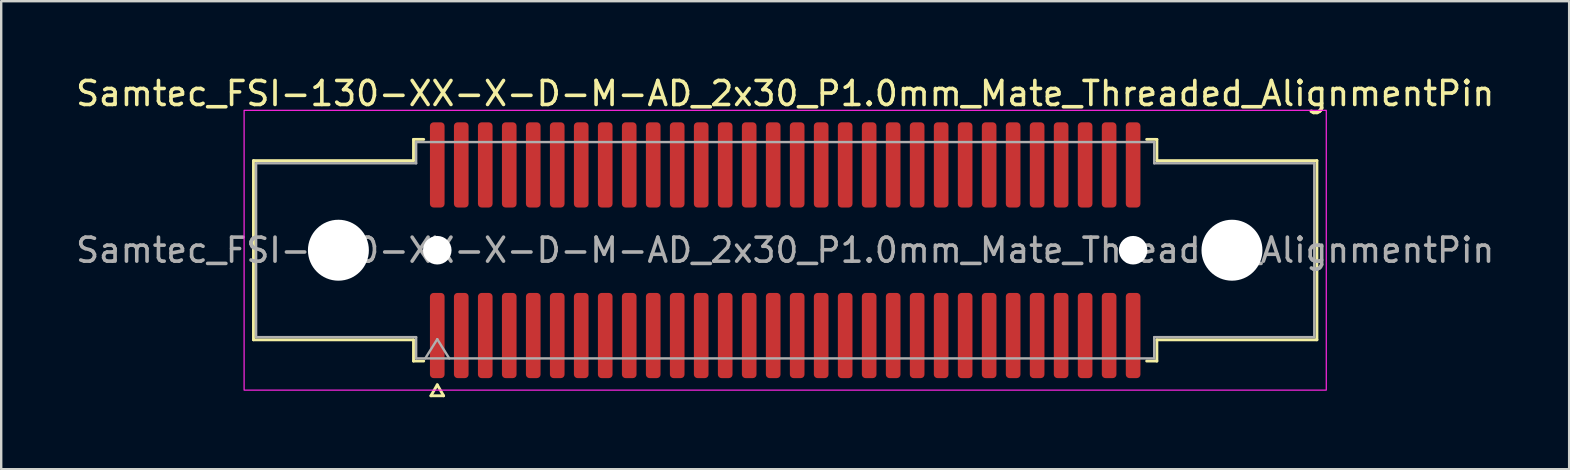
<source format=kicad_pcb>
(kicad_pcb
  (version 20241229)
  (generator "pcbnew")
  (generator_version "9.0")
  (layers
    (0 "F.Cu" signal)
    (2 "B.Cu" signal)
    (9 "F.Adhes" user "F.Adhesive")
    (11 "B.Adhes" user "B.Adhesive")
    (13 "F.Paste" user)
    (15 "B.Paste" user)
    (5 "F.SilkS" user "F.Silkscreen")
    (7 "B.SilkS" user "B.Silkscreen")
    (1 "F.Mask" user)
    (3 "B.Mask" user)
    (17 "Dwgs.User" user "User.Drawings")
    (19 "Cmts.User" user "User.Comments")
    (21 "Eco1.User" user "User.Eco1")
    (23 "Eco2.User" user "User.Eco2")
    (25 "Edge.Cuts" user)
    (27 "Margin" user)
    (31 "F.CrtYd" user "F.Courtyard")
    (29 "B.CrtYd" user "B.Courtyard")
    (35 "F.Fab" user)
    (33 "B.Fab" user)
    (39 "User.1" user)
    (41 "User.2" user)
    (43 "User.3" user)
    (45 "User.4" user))
  (footprint "Samtec_FSI-130-XX-X-D-M-AD_2x30_P1.0mm_Mate_Threaded_AlignmentPin"
    (layer "F.Cu")
    (at 29.673 7.378)
    (property "Reference" "Samtec_FSI-130-XX-X-D-M-AD_2x30_P1.0mm_Mate_Threaded_AlignmentPin" (at 0 -6.53 0) (layer "F.SilkS") (effects (font (size 1 1) (thickness 0.15))))
    (attr exclude_from_pos_files exclude_from_bom)
    (fp_line (start -22.16 -3.733) (end -15.49 -3.733) (stroke (width 0.12) (type solid)) (layer "F.SilkS"))
    (fp_line (start -22.16 3.733) (end -22.16 -3.733) (stroke (width 0.12) (type solid)) (layer "F.SilkS"))
    (fp_line (start -15.49 -4.619) (end -15.065 -4.619) (stroke (width 0.12) (type solid)) (layer "F.SilkS"))
    (fp_line (start -15.49 -3.733) (end -15.49 -4.619) (stroke (width 0.12) (type solid)) (layer "F.SilkS"))
    (fp_line (start -15.49 3.733) (end -22.16 3.733) (stroke (width 0.12) (type solid)) (layer "F.SilkS"))
    (fp_line (start -15.49 4.619) (end -15.49 3.733) (stroke (width 0.12) (type solid)) (layer "F.SilkS"))
    (fp_line (start -15.065 4.619) (end -15.49 4.619) (stroke (width 0.12) (type solid)) (layer "F.SilkS"))
    (fp_line (start -14.764 6.066) (end -14.5 5.609) (stroke (width 0.12) (type solid)) (layer "F.SilkS"))
    (fp_line (start -14.5 5.609) (end -14.236 6.066) (stroke (width 0.12) (type solid)) (layer "F.SilkS"))
    (fp_line (start -14.236 6.066) (end -14.764 6.066) (stroke (width 0.12) (type solid)) (layer "F.SilkS"))
    (fp_line (start 15.065 -4.619) (end 15.49 -4.619) (stroke (width 0.12) (type solid)) (layer "F.SilkS"))
    (fp_line (start 15.49 -4.619) (end 15.49 -3.733) (stroke (width 0.12) (type solid)) (layer "F.SilkS"))
    (fp_line (start 15.49 -3.733) (end 22.16 -3.733) (stroke (width 0.12) (type solid)) (layer "F.SilkS"))
    (fp_line (start 15.49 3.733) (end 15.49 4.619) (stroke (width 0.12) (type solid)) (layer "F.SilkS"))
    (fp_line (start 15.49 4.619) (end 15.065 4.619) (stroke (width 0.12) (type solid)) (layer "F.SilkS"))
    (fp_line (start 22.16 -3.733) (end 22.16 3.733) (stroke (width 0.12) (type solid)) (layer "F.SilkS"))
    (fp_line (start 22.16 3.733) (end 15.49 3.733) (stroke (width 0.12) (type solid)) (layer "F.SilkS"))
    (fp_rect (start -22.55 -5.83) (end 22.55 5.83) (stroke (width 0.05) (type solid)) (fill no) (layer "F.CrtYd"))
    (fp_line (start -22.05 -3.623) (end -15.38 -3.623) (stroke (width 0.1) (type solid)) (layer "F.Fab"))
    (fp_line (start -22.05 3.623) (end -22.05 -3.623) (stroke (width 0.1) (type solid)) (layer "F.Fab"))
    (fp_line (start -15.38 -4.508) (end 15.38 -4.508) (stroke (width 0.1) (type solid)) (layer "F.Fab"))
    (fp_line (start -15.38 -3.623) (end -15.38 -4.508) (stroke (width 0.1) (type solid)) (layer "F.Fab"))
    (fp_line (start -15.38 3.623) (end -22.05 3.623) (stroke (width 0.1) (type solid)) (layer "F.Fab"))
    (fp_line (start -15.38 4.508) (end -15.38 3.623) (stroke (width 0.1) (type solid)) (layer "F.Fab"))
    (fp_line (start -15 4.508) (end -14.5 3.708) (stroke (width 0.1) (type solid)) (layer "F.Fab"))
    (fp_line (start -14.5 3.708) (end -14 4.508) (stroke (width 0.1) (type solid)) (layer "F.Fab"))
    (fp_line (start 15.38 -4.508) (end 15.38 -3.623) (stroke (width 0.1) (type solid)) (layer "F.Fab"))
    (fp_line (start 15.38 -3.623) (end 22.05 -3.623) (stroke (width 0.1) (type solid)) (layer "F.Fab"))
    (fp_line (start 15.38 3.623) (end 15.38 4.508) (stroke (width 0.1) (type solid)) (layer "F.Fab"))
    (fp_line (start 15.38 4.508) (end -15.38 4.508) (stroke (width 0.1) (type solid)) (layer "F.Fab"))
    (fp_line (start 22.05 -3.623) (end 22.05 3.623) (stroke (width 0.1) (type solid)) (layer "F.Fab"))
    (fp_line (start 22.05 3.623) (end 15.38 3.623) (stroke (width 0.1) (type solid)) (layer "F.Fab"))
    (fp_text user "${REFERENCE}" (at 0 0 0) (layer "F.Fab") (effects (font (size 1 1) (thickness 0.15))))
    (pad "" np_thru_hole circle (at -18.62 0) (size 2.54 2.54) (drill 2.54) (layers "*.Cu" "*.Mask"))
    (pad "" np_thru_hole circle (at -14.5 0) (size 1.19 1.19) (drill 1.19) (layers "*.Cu" "*.Mask"))
    (pad "" np_thru_hole circle (at 14.5 0) (size 1.19 1.19) (drill 1.19) (layers "*.Cu" "*.Mask"))
    (pad "" np_thru_hole circle (at 18.62 0) (size 2.54 2.54) (drill 2.54) (layers "*.Cu" "*.Mask"))
    (pad "1" smd roundrect (at -14.5 3.555) (size 0.61 3.55) (layers "F.Cu" "F.Mask") (roundrect_rratio 0.25))
    (pad "2" smd roundrect (at -14.5 -3.555) (size 0.61 3.55) (layers "F.Cu" "F.Mask") (roundrect_rratio 0.25))
    (pad "3" smd roundrect (at -13.5 3.555) (size 0.61 3.55) (layers "F.Cu" "F.Mask") (roundrect_rratio 0.25))
    (pad "4" smd roundrect (at -13.5 -3.555) (size 0.61 3.55) (layers "F.Cu" "F.Mask") (roundrect_rratio 0.25))
    (pad "5" smd roundrect (at -12.5 3.555) (size 0.61 3.55) (layers "F.Cu" "F.Mask") (roundrect_rratio 0.25))
    (pad "6" smd roundrect (at -12.5 -3.555) (size 0.61 3.55) (layers "F.Cu" "F.Mask") (roundrect_rratio 0.25))
    (pad "7" smd roundrect (at -11.5 3.555) (size 0.61 3.55) (layers "F.Cu" "F.Mask") (roundrect_rratio 0.25))
    (pad "8" smd roundrect (at -11.5 -3.555) (size 0.61 3.55) (layers "F.Cu" "F.Mask") (roundrect_rratio 0.25))
    (pad "9" smd roundrect (at -10.5 3.555) (size 0.61 3.55) (layers "F.Cu" "F.Mask") (roundrect_rratio 0.25))
    (pad "10" smd roundrect (at -10.5 -3.555) (size 0.61 3.55) (layers "F.Cu" "F.Mask") (roundrect_rratio 0.25))
    (pad "11" smd roundrect (at -9.5 3.555) (size 0.61 3.55) (layers "F.Cu" "F.Mask") (roundrect_rratio 0.25))
    (pad "12" smd roundrect (at -9.5 -3.555) (size 0.61 3.55) (layers "F.Cu" "F.Mask") (roundrect_rratio 0.25))
    (pad "13" smd roundrect (at -8.5 3.555) (size 0.61 3.55) (layers "F.Cu" "F.Mask") (roundrect_rratio 0.25))
    (pad "14" smd roundrect (at -8.5 -3.555) (size 0.61 3.55) (layers "F.Cu" "F.Mask") (roundrect_rratio 0.25))
    (pad "15" smd roundrect (at -7.5 3.555) (size 0.61 3.55) (layers "F.Cu" "F.Mask") (roundrect_rratio 0.25))
    (pad "16" smd roundrect (at -7.5 -3.555) (size 0.61 3.55) (layers "F.Cu" "F.Mask") (roundrect_rratio 0.25))
    (pad "17" smd roundrect (at -6.5 3.555) (size 0.61 3.55) (layers "F.Cu" "F.Mask") (roundrect_rratio 0.25))
    (pad "18" smd roundrect (at -6.5 -3.555) (size 0.61 3.55) (layers "F.Cu" "F.Mask") (roundrect_rratio 0.25))
    (pad "19" smd roundrect (at -5.5 3.555) (size 0.61 3.55) (layers "F.Cu" "F.Mask") (roundrect_rratio 0.25))
    (pad "20" smd roundrect (at -5.5 -3.555) (size 0.61 3.55) (layers "F.Cu" "F.Mask") (roundrect_rratio 0.25))
    (pad "21" smd roundrect (at -4.5 3.555) (size 0.61 3.55) (layers "F.Cu" "F.Mask") (roundrect_rratio 0.25))
    (pad "22" smd roundrect (at -4.5 -3.555) (size 0.61 3.55) (layers "F.Cu" "F.Mask") (roundrect_rratio 0.25))
    (pad "23" smd roundrect (at -3.5 3.555) (size 0.61 3.55) (layers "F.Cu" "F.Mask") (roundrect_rratio 0.25))
    (pad "24" smd roundrect (at -3.5 -3.555) (size 0.61 3.55) (layers "F.Cu" "F.Mask") (roundrect_rratio 0.25))
    (pad "25" smd roundrect (at -2.5 3.555) (size 0.61 3.55) (layers "F.Cu" "F.Mask") (roundrect_rratio 0.25))
    (pad "26" smd roundrect (at -2.5 -3.555) (size 0.61 3.55) (layers "F.Cu" "F.Mask") (roundrect_rratio 0.25))
    (pad "27" smd roundrect (at -1.5 3.555) (size 0.61 3.55) (layers "F.Cu" "F.Mask") (roundrect_rratio 0.25))
    (pad "28" smd roundrect (at -1.5 -3.555) (size 0.61 3.55) (layers "F.Cu" "F.Mask") (roundrect_rratio 0.25))
    (pad "29" smd roundrect (at -0.5 3.555) (size 0.61 3.55) (layers "F.Cu" "F.Mask") (roundrect_rratio 0.25))
    (pad "30" smd roundrect (at -0.5 -3.555) (size 0.61 3.55) (layers "F.Cu" "F.Mask") (roundrect_rratio 0.25))
    (pad "31" smd roundrect (at 0.5 3.555) (size 0.61 3.55) (layers "F.Cu" "F.Mask") (roundrect_rratio 0.25))
    (pad "32" smd roundrect (at 0.5 -3.555) (size 0.61 3.55) (layers "F.Cu" "F.Mask") (roundrect_rratio 0.25))
    (pad "33" smd roundrect (at 1.5 3.555) (size 0.61 3.55) (layers "F.Cu" "F.Mask") (roundrect_rratio 0.25))
    (pad "34" smd roundrect (at 1.5 -3.555) (size 0.61 3.55) (layers "F.Cu" "F.Mask") (roundrect_rratio 0.25))
    (pad "35" smd roundrect (at 2.5 3.555) (size 0.61 3.55) (layers "F.Cu" "F.Mask") (roundrect_rratio 0.25))
    (pad "36" smd roundrect (at 2.5 -3.555) (size 0.61 3.55) (layers "F.Cu" "F.Mask") (roundrect_rratio 0.25))
    (pad "37" smd roundrect (at 3.5 3.555) (size 0.61 3.55) (layers "F.Cu" "F.Mask") (roundrect_rratio 0.25))
    (pad "38" smd roundrect (at 3.5 -3.555) (size 0.61 3.55) (layers "F.Cu" "F.Mask") (roundrect_rratio 0.25))
    (pad "39" smd roundrect (at 4.5 3.555) (size 0.61 3.55) (layers "F.Cu" "F.Mask") (roundrect_rratio 0.25))
    (pad "40" smd roundrect (at 4.5 -3.555) (size 0.61 3.55) (layers "F.Cu" "F.Mask") (roundrect_rratio 0.25))
    (pad "41" smd roundrect (at 5.5 3.555) (size 0.61 3.55) (layers "F.Cu" "F.Mask") (roundrect_rratio 0.25))
    (pad "42" smd roundrect (at 5.5 -3.555) (size 0.61 3.55) (layers "F.Cu" "F.Mask") (roundrect_rratio 0.25))
    (pad "43" smd roundrect (at 6.5 3.555) (size 0.61 3.55) (layers "F.Cu" "F.Mask") (roundrect_rratio 0.25))
    (pad "44" smd roundrect (at 6.5 -3.555) (size 0.61 3.55) (layers "F.Cu" "F.Mask") (roundrect_rratio 0.25))
    (pad "45" smd roundrect (at 7.5 3.555) (size 0.61 3.55) (layers "F.Cu" "F.Mask") (roundrect_rratio 0.25))
    (pad "46" smd roundrect (at 7.5 -3.555) (size 0.61 3.55) (layers "F.Cu" "F.Mask") (roundrect_rratio 0.25))
    (pad "47" smd roundrect (at 8.5 3.555) (size 0.61 3.55) (layers "F.Cu" "F.Mask") (roundrect_rratio 0.25))
    (pad "48" smd roundrect (at 8.5 -3.555) (size 0.61 3.55) (layers "F.Cu" "F.Mask") (roundrect_rratio 0.25))
    (pad "49" smd roundrect (at 9.5 3.555) (size 0.61 3.55) (layers "F.Cu" "F.Mask") (roundrect_rratio 0.25))
    (pad "50" smd roundrect (at 9.5 -3.555) (size 0.61 3.55) (layers "F.Cu" "F.Mask") (roundrect_rratio 0.25))
    (pad "51" smd roundrect (at 10.5 3.555) (size 0.61 3.55) (layers "F.Cu" "F.Mask") (roundrect_rratio 0.25))
    (pad "52" smd roundrect (at 10.5 -3.555) (size 0.61 3.55) (layers "F.Cu" "F.Mask") (roundrect_rratio 0.25))
    (pad "53" smd roundrect (at 11.5 3.555) (size 0.61 3.55) (layers "F.Cu" "F.Mask") (roundrect_rratio 0.25))
    (pad "54" smd roundrect (at 11.5 -3.555) (size 0.61 3.55) (layers "F.Cu" "F.Mask") (roundrect_rratio 0.25))
    (pad "55" smd roundrect (at 12.5 3.555) (size 0.61 3.55) (layers "F.Cu" "F.Mask") (roundrect_rratio 0.25))
    (pad "56" smd roundrect (at 12.5 -3.555) (size 0.61 3.55) (layers "F.Cu" "F.Mask") (roundrect_rratio 0.25))
    (pad "57" smd roundrect (at 13.5 3.555) (size 0.61 3.55) (layers "F.Cu" "F.Mask") (roundrect_rratio 0.25))
    (pad "58" smd roundrect (at 13.5 -3.555) (size 0.61 3.55) (layers "F.Cu" "F.Mask") (roundrect_rratio 0.25))
    (pad "59" smd roundrect (at 14.5 3.555) (size 0.61 3.55) (layers "F.Cu" "F.Mask") (roundrect_rratio 0.25))
    (pad "60" smd roundrect (at 14.5 -3.555) (size 0.61 3.55) (layers "F.Cu" "F.Mask") (roundrect_rratio 0.25)))
  (gr_rect
    (start -3 -3)
    (end 62.345 16.504)
    (stroke (width 0.1) (type default))
    (fill no)
    (layer "Edge.Cuts")))
</source>
